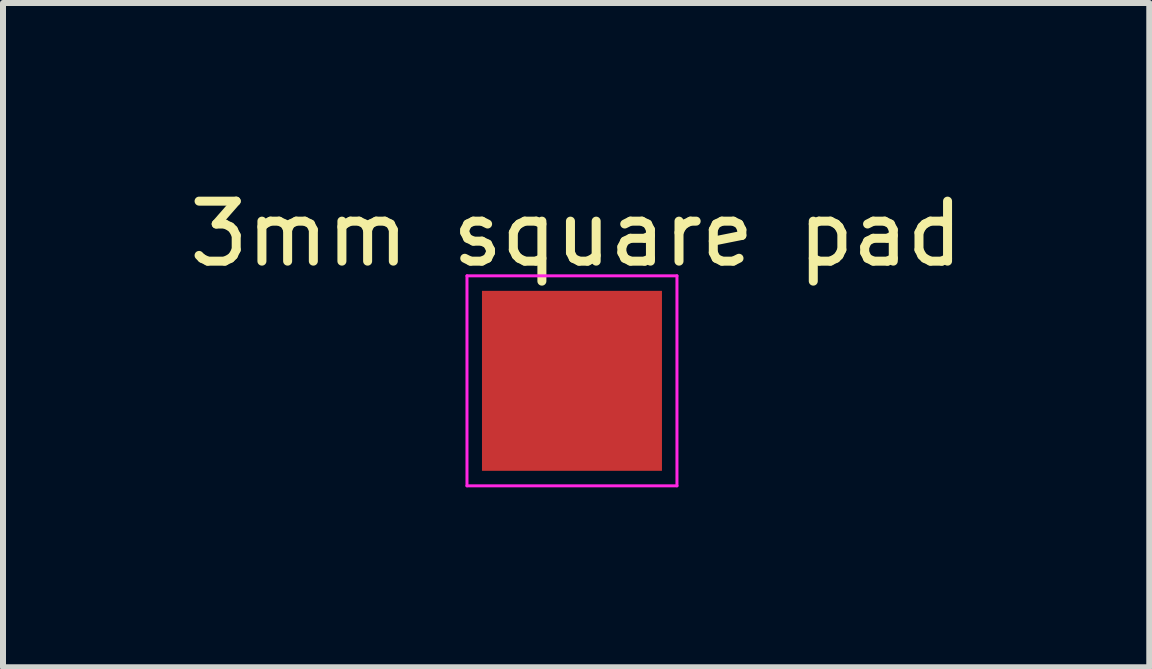
<source format=kicad_pcb>
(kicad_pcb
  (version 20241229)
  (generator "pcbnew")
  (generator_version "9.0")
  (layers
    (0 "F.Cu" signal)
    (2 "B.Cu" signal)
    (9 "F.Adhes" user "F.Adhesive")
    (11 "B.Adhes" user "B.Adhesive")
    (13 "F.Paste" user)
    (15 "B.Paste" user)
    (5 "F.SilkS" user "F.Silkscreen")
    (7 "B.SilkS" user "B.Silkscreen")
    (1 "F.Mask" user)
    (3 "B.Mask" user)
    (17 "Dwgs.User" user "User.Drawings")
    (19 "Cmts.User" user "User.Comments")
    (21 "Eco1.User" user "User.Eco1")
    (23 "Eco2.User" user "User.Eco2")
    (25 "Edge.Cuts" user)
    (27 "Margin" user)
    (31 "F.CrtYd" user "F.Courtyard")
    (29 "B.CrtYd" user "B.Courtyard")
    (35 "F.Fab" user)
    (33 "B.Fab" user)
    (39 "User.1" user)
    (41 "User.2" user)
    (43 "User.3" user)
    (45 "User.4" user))
  (footprint "3mm square pad"
    (layer "F.Cu")
    (at 6.484 3.298)
    (property "Reference" "3mm square pad" (at 0.07 -2.45 0) (layer "F.SilkS") (effects (font (size 1 1) (thickness 0.15))))
    (attr through_hole)
    (fp_line (start -1.75 -1.75) (end 1.75 -1.75) (stroke (width 0.05) (type solid)) (layer "F.CrtYd"))
    (fp_line (start -1.75 1.75) (end -1.75 -1.75) (stroke (width 0.05) (type solid)) (layer "F.CrtYd"))
    (fp_line (start 1.75 -1.75) (end 1.75 1.75) (stroke (width 0.05) (type solid)) (layer "F.CrtYd"))
    (fp_line (start 1.75 1.75) (end -1.75 1.75) (stroke (width 0.05) (type solid)) (layer "F.CrtYd"))
    (pad "1" smd rect (at 0 0) (size 3 3) (layers "F.Cu" "F.Mask" "F.Paste")))
  (gr_rect
    (start -3 -3)
    (end 16.107 8.073)
    (stroke (width 0.1) (type default))
    (fill no)
    (layer "Edge.Cuts")))
</source>
